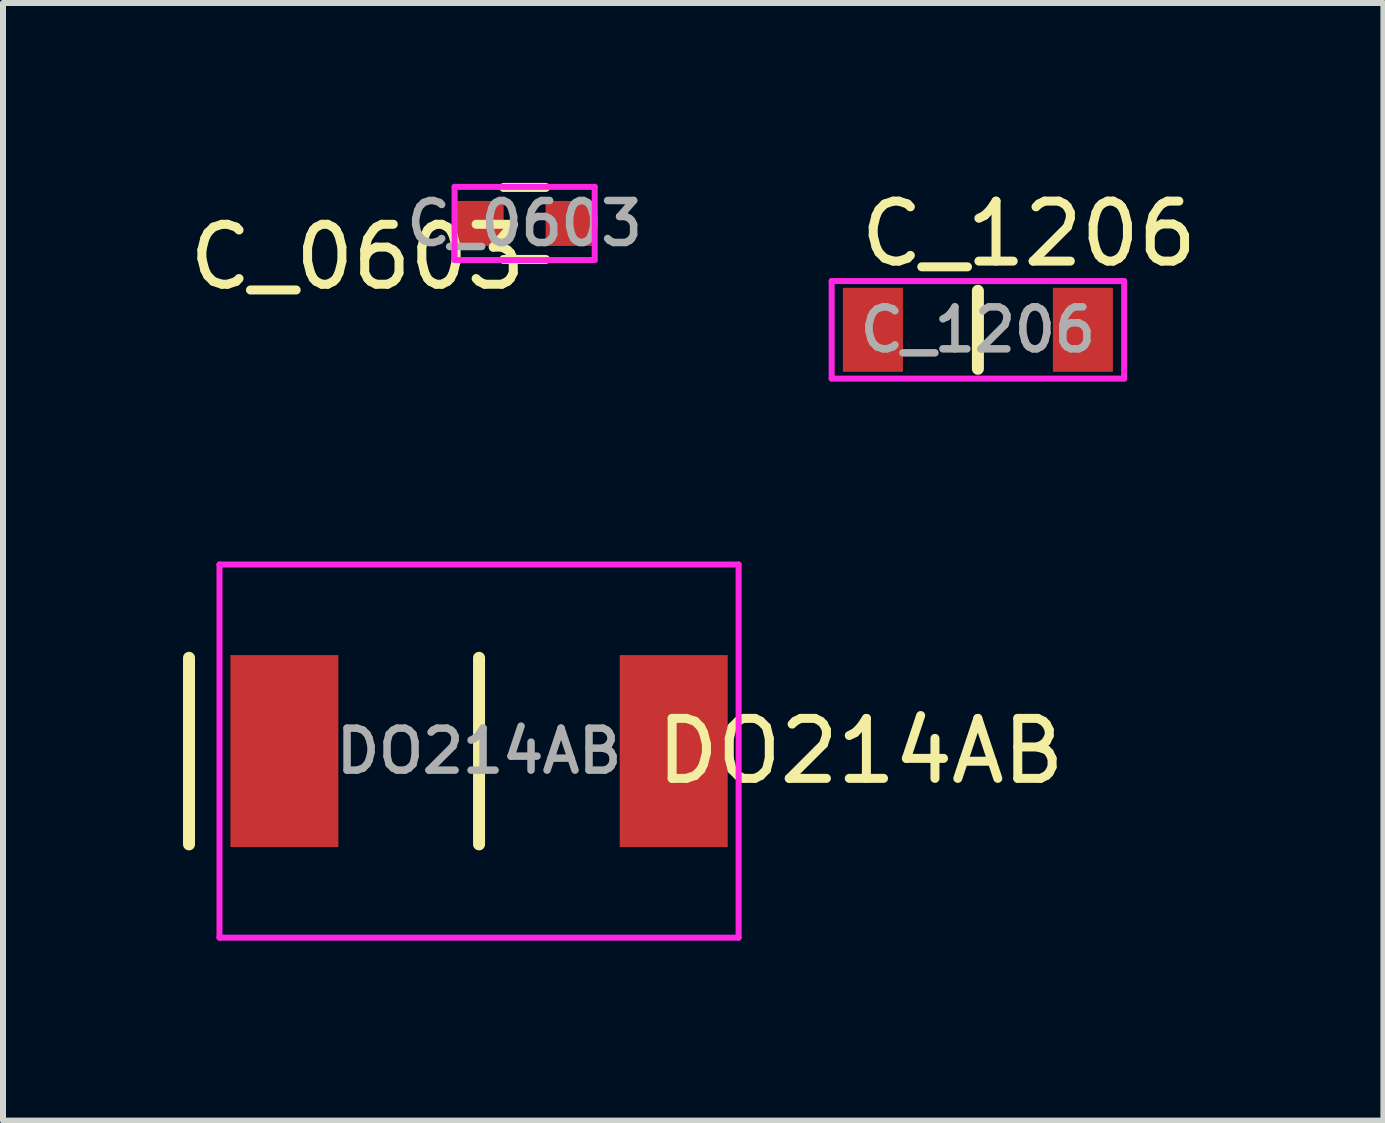
<source format=kicad_pcb>
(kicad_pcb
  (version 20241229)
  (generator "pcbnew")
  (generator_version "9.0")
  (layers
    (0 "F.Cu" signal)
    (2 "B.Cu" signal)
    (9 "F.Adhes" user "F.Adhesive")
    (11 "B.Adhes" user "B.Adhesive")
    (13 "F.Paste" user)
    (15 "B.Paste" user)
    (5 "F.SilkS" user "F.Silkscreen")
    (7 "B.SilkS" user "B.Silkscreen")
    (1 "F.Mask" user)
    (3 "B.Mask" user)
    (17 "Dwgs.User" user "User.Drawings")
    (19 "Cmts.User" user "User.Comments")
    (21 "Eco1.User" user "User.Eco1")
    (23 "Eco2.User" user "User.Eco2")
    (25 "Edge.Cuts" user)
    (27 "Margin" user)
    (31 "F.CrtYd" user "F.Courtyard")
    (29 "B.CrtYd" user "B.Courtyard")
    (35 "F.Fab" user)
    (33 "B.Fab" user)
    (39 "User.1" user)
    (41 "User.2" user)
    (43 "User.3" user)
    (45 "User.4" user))
  (footprint "DO214AB"
    (layer "F.Cu")
    (at 4.936 9.471)
    (property "Reference" "DO214AB" (at 6.362 0 0) (layer "F.SilkS") (effects (font (size 1 1) (thickness 0.15))))
    (attr through_hole)
    (fp_line (start -4.835 -1.555) (end -4.835 1.555) (stroke (width 0.2) (type solid)) (layer "F.SilkS"))
    (fp_line (start 0 -1.555) (end 0 1.555) (stroke (width 0.2) (type solid)) (layer "F.SilkS"))
    (fp_line (start -4.327 -3.11) (end 4.327 -3.11) (stroke (width 0.1) (type solid)) (layer "F.CrtYd"))
    (fp_line (start -4.327 3.11) (end -4.327 -3.11) (stroke (width 0.1) (type solid)) (layer "F.CrtYd"))
    (fp_line (start 4.327 -3.11) (end 4.327 3.11) (stroke (width 0.1) (type solid)) (layer "F.CrtYd"))
    (fp_line (start 4.327 3.11) (end -4.327 3.11) (stroke (width 0.1) (type solid)) (layer "F.CrtYd"))
    (fp_text user "${REFERENCE}" (at 0 0 0) (layer "F.Fab") (effects (font (size 0.7 0.7) (thickness 0.125))))
    (pad "1" smd rect (at -3.245 0) (size 1.8 3.2) (layers "F.Cu" "F.Mask" "F.Paste"))
    (pad "2" smd rect (at 3.245 0) (size 1.8 3.2) (layers "F.Cu" "F.Mask" "F.Paste")))
  (footprint "C_0603"
    (layer "F.Cu")
    (at 5.696 0.675)
    (property "Reference" "C_0603" (at -2.785 0.559 0) (layer "F.SilkS") (effects (font (size 1 1) (thickness 0.15))))
    (attr smd)
    (fp_line (start -0.35 -0.6) (end 0.35 -0.6) (stroke (width 0.15) (type solid)) (layer "F.SilkS"))
    (fp_line (start 0.35 0.6) (end -0.35 0.6) (stroke (width 0.15) (type solid)) (layer "F.SilkS"))
    (fp_line (start -1.168 -0.61) (end -1.168 0.61) (stroke (width 0.1) (type solid)) (layer "F.CrtYd"))
    (fp_line (start -1.168 0.61) (end 1.168 0.61) (stroke (width 0.1) (type solid)) (layer "F.CrtYd"))
    (fp_line (start 1.168 -0.61) (end -1.168 -0.61) (stroke (width 0.1) (type solid)) (layer "F.CrtYd"))
    (fp_line (start 1.168 0.61) (end 1.168 -0.61) (stroke (width 0.1) (type solid)) (layer "F.CrtYd"))
    (fp_text user "${REFERENCE}" (at 0 0 0) (layer "F.Fab") (effects (font (size 0.7 0.7) (thickness 0.125))))
    (pad "1" smd rect (at -0.75 0) (size 0.8 0.75) (layers "F.Cu" "F.Mask" "F.Paste"))
    (pad "2" smd rect (at 0.75 0) (size 0.8 0.75) (layers "F.Cu" "F.Mask" "F.Paste")))
  (footprint "C_1206"
    (layer "F.Cu")
    (at 13.252 2.448)
    (property "Reference" "C_1206" (at 0.85 -1.6 0) (layer "F.SilkS") (effects (font (size 1 1) (thickness 0.15))))
    (attr through_hole)
    (fp_line (start 0 -0.65) (end 0 0.65) (stroke (width 0.2) (type solid)) (layer "F.SilkS"))
    (fp_line (start -2.438 -0.813) (end 2.438 -0.813) (stroke (width 0.1) (type solid)) (layer "F.CrtYd"))
    (fp_line (start -2.438 0.813) (end -2.438 -0.813) (stroke (width 0.1) (type solid)) (layer "F.CrtYd"))
    (fp_line (start 2.438 -0.813) (end 2.438 0.813) (stroke (width 0.1) (type solid)) (layer "F.CrtYd"))
    (fp_line (start 2.438 0.813) (end -2.438 0.813) (stroke (width 0.1) (type solid)) (layer "F.CrtYd"))
    (fp_text user "${REFERENCE}" (at 0 0 0) (layer "F.Fab") (effects (font (size 0.7 0.7) (thickness 0.125))))
    (pad "1" smd rect (at -1.75 0) (size 1 1.4) (layers "F.Cu" "F.Mask" "F.Paste"))
    (pad "2" smd rect (at 1.75 0) (size 1 1.4) (layers "F.Cu" "F.Mask" "F.Paste")))
  (gr_rect
    (start -3 -3)
    (end 20.012 15.631)
    (stroke (width 0.1) (type default))
    (fill no)
    (layer "Edge.Cuts")))
</source>
